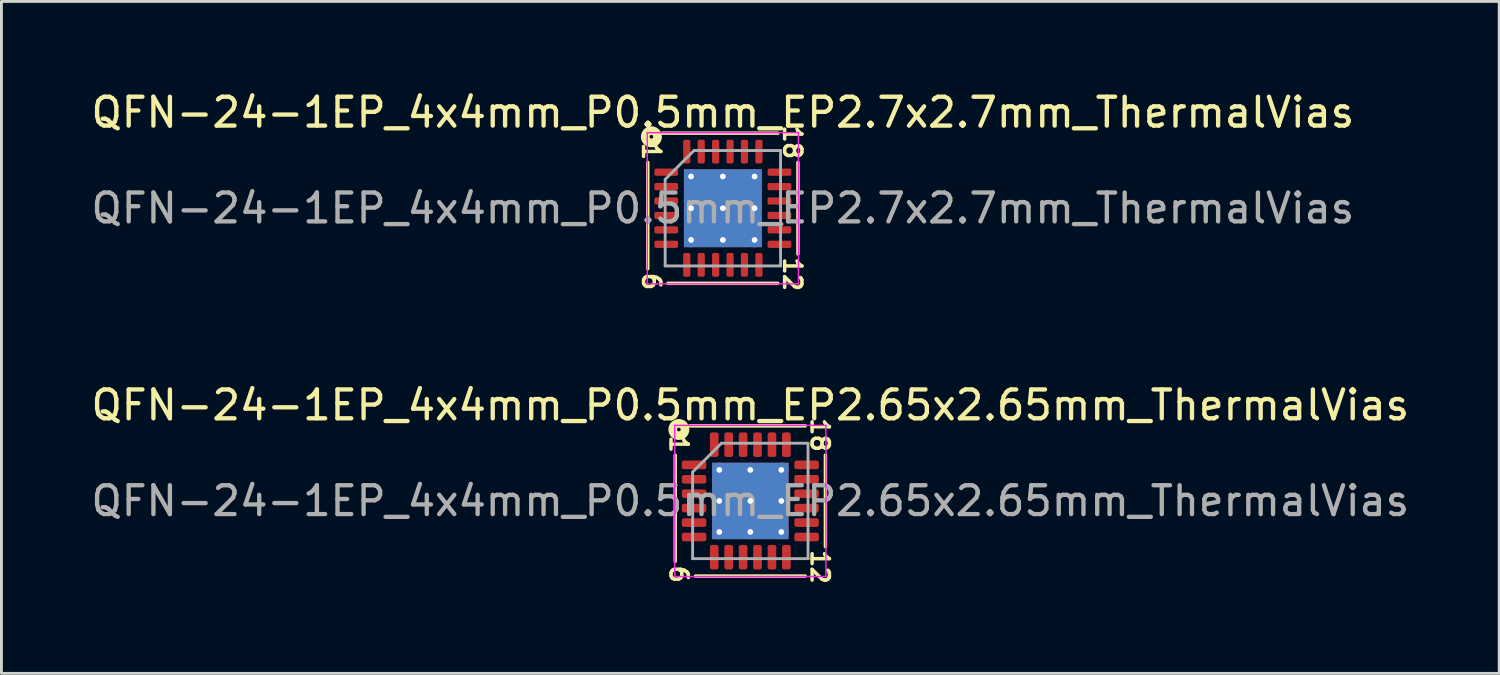
<source format=kicad_pcb>
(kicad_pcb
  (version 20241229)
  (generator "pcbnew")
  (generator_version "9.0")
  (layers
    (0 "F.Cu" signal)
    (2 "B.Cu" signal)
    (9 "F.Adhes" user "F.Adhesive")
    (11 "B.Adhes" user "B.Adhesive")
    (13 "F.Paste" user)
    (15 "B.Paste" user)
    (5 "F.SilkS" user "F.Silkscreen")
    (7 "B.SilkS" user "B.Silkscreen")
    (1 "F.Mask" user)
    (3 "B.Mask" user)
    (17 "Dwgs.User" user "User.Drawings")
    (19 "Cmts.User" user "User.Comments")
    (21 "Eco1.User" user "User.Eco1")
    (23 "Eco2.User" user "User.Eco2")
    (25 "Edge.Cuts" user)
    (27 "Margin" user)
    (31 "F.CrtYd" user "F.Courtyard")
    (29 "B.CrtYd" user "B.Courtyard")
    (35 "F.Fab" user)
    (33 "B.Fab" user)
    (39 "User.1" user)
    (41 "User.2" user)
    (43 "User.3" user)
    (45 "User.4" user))
  (footprint "QFN-24-1EP_4x4mm_P0.5mm_EP2.7x2.7mm_ThermalVias"
    (layer "F.Cu")
    (at 22.006 4.168)
    (property "Reference" "QFN-24-1EP_4x4mm_P0.5mm_EP2.7x2.7mm_ThermalVias" (at 0 -3.32 0) (layer "F.SilkS") (effects (font (size 1 1) (thickness 0.15))))
    (attr smd)
    (fp_line (start -2.603 -1.587) (end -2.603 2.095) (stroke (width 0.12) (type solid)) (layer "F.SilkS"))
    (fp_line (start -1.905 2.603) (end 1.905 2.603) (stroke (width 0.12) (type solid)) (layer "F.SilkS"))
    (fp_line (start 1.905 -2.603) (end -2.095 -2.603) (stroke (width 0.12) (type solid)) (layer "F.SilkS"))
    (fp_line (start 2.603 1.587) (end 2.603 -1.587) (stroke (width 0.12) (type solid)) (layer "F.SilkS"))
    (fp_circle (center -2.477 -2.477) (end -2.413 -2.477) (stroke (width 0.3) (type solid)) (fill no) (layer "F.SilkS"))
    (fp_line (start -2.62 -2.62) (end -2.62 2.62) (stroke (width 0.05) (type solid)) (layer "F.CrtYd"))
    (fp_line (start -2.62 2.62) (end 2.62 2.62) (stroke (width 0.05) (type solid)) (layer "F.CrtYd"))
    (fp_line (start 2.62 -2.62) (end -2.62 -2.62) (stroke (width 0.05) (type solid)) (layer "F.CrtYd"))
    (fp_line (start 2.62 2.62) (end 2.62 -2.62) (stroke (width 0.05) (type solid)) (layer "F.CrtYd"))
    (fp_line (start -2 -1) (end -1 -2) (stroke (width 0.1) (type solid)) (layer "F.Fab"))
    (fp_line (start -2 2) (end -2 -1) (stroke (width 0.1) (type solid)) (layer "F.Fab"))
    (fp_line (start -1 -2) (end 2 -2) (stroke (width 0.1) (type solid)) (layer "F.Fab"))
    (fp_line (start 2 -2) (end 2 2) (stroke (width 0.1) (type solid)) (layer "F.Fab"))
    (fp_line (start 2 2) (end -2 2) (stroke (width 0.1) (type solid)) (layer "F.Fab"))
    (fp_text user "12" (at 2.413 2.286 270) (unlocked yes) (layer "F.SilkS") (effects (font (size 0.6 0.6) (thickness 0.12))))
    (fp_text user "18" (at 2.413 -2.286 270) (unlocked yes) (layer "F.SilkS") (effects (font (size 0.6 0.6) (thickness 0.12))))
    (fp_text user "1" (at -2.477 -1.968 270) (unlocked yes) (layer "F.SilkS") (effects (font (size 0.6 0.6) (thickness 0.12))))
    (fp_text user "6" (at -2.477 2.54 270) (unlocked yes) (layer "F.SilkS") (effects (font (size 0.6 0.6) (thickness 0.12))))
    (fp_text user "${REFERENCE}" (at 0 0 0) (layer "F.Fab") (effects (font (size 1 1) (thickness 0.15))))
    (pad "" smd roundrect (at -0.675 -0.675) (size 1.17 1.17) (layers "F.Paste") (roundrect_rratio 0.214))
    (pad "" smd roundrect (at -0.675 0.675) (size 1.17 1.17) (layers "F.Paste") (roundrect_rratio 0.214))
    (pad "" smd roundrect (at 0.675 -0.675) (size 1.17 1.17) (layers "F.Paste") (roundrect_rratio 0.214))
    (pad "" smd roundrect (at 0.675 0.675) (size 1.17 1.17) (layers "F.Paste") (roundrect_rratio 0.214))
    (pad "1" smd roundrect (at -1.962 -1.25) (size 0.825 0.25) (layers "F.Cu" "F.Mask" "F.Paste") (roundrect_rratio 0.25))
    (pad "2" smd roundrect (at -1.962 -0.75) (size 0.825 0.25) (layers "F.Cu" "F.Mask" "F.Paste") (roundrect_rratio 0.25))
    (pad "3" smd roundrect (at -1.962 -0.25) (size 0.825 0.25) (layers "F.Cu" "F.Mask" "F.Paste") (roundrect_rratio 0.25))
    (pad "4" smd roundrect (at -1.962 0.25) (size 0.825 0.25) (layers "F.Cu" "F.Mask" "F.Paste") (roundrect_rratio 0.25))
    (pad "5" smd roundrect (at -1.962 0.75) (size 0.825 0.25) (layers "F.Cu" "F.Mask" "F.Paste") (roundrect_rratio 0.25))
    (pad "6" smd roundrect (at -1.962 1.25) (size 0.825 0.25) (layers "F.Cu" "F.Mask" "F.Paste") (roundrect_rratio 0.25))
    (pad "7" smd roundrect (at -1.25 1.962) (size 0.25 0.825) (layers "F.Cu" "F.Mask" "F.Paste") (roundrect_rratio 0.25))
    (pad "8" smd roundrect (at -0.75 1.962) (size 0.25 0.825) (layers "F.Cu" "F.Mask" "F.Paste") (roundrect_rratio 0.25))
    (pad "9" smd roundrect (at -0.25 1.962) (size 0.25 0.825) (layers "F.Cu" "F.Mask" "F.Paste") (roundrect_rratio 0.25))
    (pad "10" smd roundrect (at 0.25 1.962) (size 0.25 0.825) (layers "F.Cu" "F.Mask" "F.Paste") (roundrect_rratio 0.25))
    (pad "11" smd roundrect (at 0.75 1.962) (size 0.25 0.825) (layers "F.Cu" "F.Mask" "F.Paste") (roundrect_rratio 0.25))
    (pad "12" smd roundrect (at 1.25 1.962) (size 0.25 0.825) (layers "F.Cu" "F.Mask" "F.Paste") (roundrect_rratio 0.25))
    (pad "13" smd roundrect (at 1.962 1.25) (size 0.825 0.25) (layers "F.Cu" "F.Mask" "F.Paste") (roundrect_rratio 0.25))
    (pad "14" smd roundrect (at 1.962 0.75) (size 0.825 0.25) (layers "F.Cu" "F.Mask" "F.Paste") (roundrect_rratio 0.25))
    (pad "15" smd roundrect (at 1.962 0.25) (size 0.825 0.25) (layers "F.Cu" "F.Mask" "F.Paste") (roundrect_rratio 0.25))
    (pad "16" smd roundrect (at 1.962 -0.25) (size 0.825 0.25) (layers "F.Cu" "F.Mask" "F.Paste") (roundrect_rratio 0.25))
    (pad "17" smd roundrect (at 1.962 -0.75) (size 0.825 0.25) (layers "F.Cu" "F.Mask" "F.Paste") (roundrect_rratio 0.25))
    (pad "18" smd roundrect (at 1.962 -1.25) (size 0.825 0.25) (layers "F.Cu" "F.Mask" "F.Paste") (roundrect_rratio 0.25))
    (pad "19" smd roundrect (at 1.25 -1.962) (size 0.25 0.825) (layers "F.Cu" "F.Mask" "F.Paste") (roundrect_rratio 0.25))
    (pad "20" smd roundrect (at 0.75 -1.962) (size 0.25 0.825) (layers "F.Cu" "F.Mask" "F.Paste") (roundrect_rratio 0.25))
    (pad "21" smd roundrect (at 0.25 -1.962) (size 0.25 0.825) (layers "F.Cu" "F.Mask" "F.Paste") (roundrect_rratio 0.25))
    (pad "22" smd roundrect (at -0.25 -1.962) (size 0.25 0.825) (layers "F.Cu" "F.Mask" "F.Paste") (roundrect_rratio 0.25))
    (pad "23" smd roundrect (at -0.75 -1.962) (size 0.25 0.825) (layers "F.Cu" "F.Mask" "F.Paste") (roundrect_rratio 0.25))
    (pad "24" smd roundrect (at -1.25 -1.962) (size 0.25 0.825) (layers "F.Cu" "F.Mask" "F.Paste") (roundrect_rratio 0.25))
    (pad "25" thru_hole circle (at -1.1 -1.1) (size 0.5 0.5) (drill 0.2) (layers "*.Cu"))
    (pad "25" thru_hole circle (at -1.1 0) (size 0.5 0.5) (drill 0.2) (layers "*.Cu"))
    (pad "25" thru_hole circle (at -1.1 1.1) (size 0.5 0.5) (drill 0.2) (layers "*.Cu"))
    (pad "25" thru_hole circle (at 0 -1.1) (size 0.5 0.5) (drill 0.2) (layers "*.Cu"))
    (pad "25" thru_hole circle (at 0 0) (size 0.5 0.5) (drill 0.2) (layers "*.Cu"))
    (pad "25" smd rect (at 0 0) (size 2.7 2.7) (layers "F.Cu" "F.Mask"))
    (pad "25" smd rect (at 0 0) (size 2.7 2.7) (layers "B.Cu" "B.Mask"))
    (pad "25" thru_hole circle (at 0 1.1) (size 0.5 0.5) (drill 0.2) (layers "*.Cu"))
    (pad "25" thru_hole circle (at 1.1 -1.1) (size 0.5 0.5) (drill 0.2) (layers "*.Cu"))
    (pad "25" thru_hole circle (at 1.1 0) (size 0.5 0.5) (drill 0.2) (layers "*.Cu"))
    (pad "25" thru_hole circle (at 1.1 1.1) (size 0.5 0.5) (drill 0.2) (layers "*.Cu")))
  (footprint "QFN-24-1EP_4x4mm_P0.5mm_EP2.65x2.65mm_ThermalVias"
    (layer "F.Cu")
    (at 22.958 14.314)
    (property "Reference" "QFN-24-1EP_4x4mm_P0.5mm_EP2.65x2.65mm_ThermalVias" (at 0 -3.32 0) (layer "F.SilkS") (effects (font (size 1 1) (thickness 0.15))))
    (attr smd)
    (fp_line (start -2.603 -1.587) (end -2.603 2.095) (stroke (width 0.12) (type solid)) (layer "F.SilkS"))
    (fp_line (start -1.905 2.603) (end 1.905 2.603) (stroke (width 0.12) (type solid)) (layer "F.SilkS"))
    (fp_line (start 1.905 -2.603) (end -2.095 -2.603) (stroke (width 0.12) (type solid)) (layer "F.SilkS"))
    (fp_line (start 2.603 1.587) (end 2.603 -1.587) (stroke (width 0.12) (type solid)) (layer "F.SilkS"))
    (fp_circle (center -2.477 -2.477) (end -2.413 -2.477) (stroke (width 0.3) (type solid)) (fill no) (layer "F.SilkS"))
    (fp_line (start -2.62 -2.62) (end -2.62 2.62) (stroke (width 0.05) (type solid)) (layer "F.CrtYd"))
    (fp_line (start -2.62 2.62) (end 2.62 2.62) (stroke (width 0.05) (type solid)) (layer "F.CrtYd"))
    (fp_line (start 2.62 -2.62) (end -2.62 -2.62) (stroke (width 0.05) (type solid)) (layer "F.CrtYd"))
    (fp_line (start 2.62 2.62) (end 2.62 -2.62) (stroke (width 0.05) (type solid)) (layer "F.CrtYd"))
    (fp_line (start -2 -1) (end -1 -2) (stroke (width 0.1) (type solid)) (layer "F.Fab"))
    (fp_line (start -2 2) (end -2 -1) (stroke (width 0.1) (type solid)) (layer "F.Fab"))
    (fp_line (start -1 -2) (end 2 -2) (stroke (width 0.1) (type solid)) (layer "F.Fab"))
    (fp_line (start 2 -2) (end 2 2) (stroke (width 0.1) (type solid)) (layer "F.Fab"))
    (fp_line (start 2 2) (end -2 2) (stroke (width 0.1) (type solid)) (layer "F.Fab"))
    (fp_text user "6" (at -2.477 2.54 270) (unlocked yes) (layer "F.SilkS") (effects (font (size 0.6 0.6) (thickness 0.12))))
    (fp_text user "18" (at 2.413 -2.286 270) (unlocked yes) (layer "F.SilkS") (effects (font (size 0.6 0.6) (thickness 0.12))))
    (fp_text user "1" (at -2.477 -1.968 270) (unlocked yes) (layer "F.SilkS") (effects (font (size 0.6 0.6) (thickness 0.12))))
    (fp_text user "12" (at 2.413 2.286 270) (unlocked yes) (layer "F.SilkS") (effects (font (size 0.6 0.6) (thickness 0.12))))
    (fp_text user "${REFERENCE}" (at 0 0 0) (layer "F.Fab") (effects (font (size 1 1) (thickness 0.15))))
    (pad "" smd roundrect (at -0.66 -0.66) (size 1.15 1.15) (layers "F.Paste") (roundrect_rratio 0.217))
    (pad "" smd roundrect (at -0.66 0.66) (size 1.15 1.15) (layers "F.Paste") (roundrect_rratio 0.217))
    (pad "" smd roundrect (at 0.66 -0.66) (size 1.15 1.15) (layers "F.Paste") (roundrect_rratio 0.217))
    (pad "" smd roundrect (at 0.66 0.66) (size 1.15 1.15) (layers "F.Paste") (roundrect_rratio 0.217))
    (pad "1" smd roundrect (at -1.95 -1.25) (size 0.85 0.3) (layers "F.Cu" "F.Mask" "F.Paste") (roundrect_rratio 0.25))
    (pad "2" smd roundrect (at -1.95 -0.75) (size 0.85 0.3) (layers "F.Cu" "F.Mask" "F.Paste") (roundrect_rratio 0.25))
    (pad "3" smd roundrect (at -1.95 -0.25) (size 0.85 0.3) (layers "F.Cu" "F.Mask" "F.Paste") (roundrect_rratio 0.25))
    (pad "4" smd roundrect (at -1.95 0.25) (size 0.85 0.3) (layers "F.Cu" "F.Mask" "F.Paste") (roundrect_rratio 0.25))
    (pad "5" smd roundrect (at -1.95 0.75) (size 0.85 0.3) (layers "F.Cu" "F.Mask" "F.Paste") (roundrect_rratio 0.25))
    (pad "6" smd roundrect (at -1.95 1.25) (size 0.85 0.3) (layers "F.Cu" "F.Mask" "F.Paste") (roundrect_rratio 0.25))
    (pad "7" smd roundrect (at -1.25 1.95) (size 0.3 0.85) (layers "F.Cu" "F.Mask" "F.Paste") (roundrect_rratio 0.25))
    (pad "8" smd roundrect (at -0.75 1.95) (size 0.3 0.85) (layers "F.Cu" "F.Mask" "F.Paste") (roundrect_rratio 0.25))
    (pad "9" smd roundrect (at -0.25 1.95) (size 0.3 0.85) (layers "F.Cu" "F.Mask" "F.Paste") (roundrect_rratio 0.25))
    (pad "10" smd roundrect (at 0.25 1.95) (size 0.3 0.85) (layers "F.Cu" "F.Mask" "F.Paste") (roundrect_rratio 0.25))
    (pad "11" smd roundrect (at 0.75 1.95) (size 0.3 0.85) (layers "F.Cu" "F.Mask" "F.Paste") (roundrect_rratio 0.25))
    (pad "12" smd roundrect (at 1.25 1.95) (size 0.3 0.85) (layers "F.Cu" "F.Mask" "F.Paste") (roundrect_rratio 0.25))
    (pad "13" smd roundrect (at 1.95 1.25) (size 0.85 0.3) (layers "F.Cu" "F.Mask" "F.Paste") (roundrect_rratio 0.25))
    (pad "14" smd roundrect (at 1.95 0.75) (size 0.85 0.3) (layers "F.Cu" "F.Mask" "F.Paste") (roundrect_rratio 0.25))
    (pad "15" smd roundrect (at 1.95 0.25) (size 0.85 0.3) (layers "F.Cu" "F.Mask" "F.Paste") (roundrect_rratio 0.25))
    (pad "16" smd roundrect (at 1.95 -0.25) (size 0.85 0.3) (layers "F.Cu" "F.Mask" "F.Paste") (roundrect_rratio 0.25))
    (pad "17" smd roundrect (at 1.95 -0.75) (size 0.85 0.3) (layers "F.Cu" "F.Mask" "F.Paste") (roundrect_rratio 0.25))
    (pad "18" smd roundrect (at 1.95 -1.25) (size 0.85 0.3) (layers "F.Cu" "F.Mask" "F.Paste") (roundrect_rratio 0.25))
    (pad "19" smd roundrect (at 1.25 -1.95) (size 0.3 0.85) (layers "F.Cu" "F.Mask" "F.Paste") (roundrect_rratio 0.25))
    (pad "20" smd roundrect (at 0.75 -1.95) (size 0.3 0.85) (layers "F.Cu" "F.Mask" "F.Paste") (roundrect_rratio 0.25))
    (pad "21" smd roundrect (at 0.25 -1.95) (size 0.3 0.85) (layers "F.Cu" "F.Mask" "F.Paste") (roundrect_rratio 0.25))
    (pad "22" smd roundrect (at -0.25 -1.95) (size 0.3 0.85) (layers "F.Cu" "F.Mask" "F.Paste") (roundrect_rratio 0.25))
    (pad "23" smd roundrect (at -0.75 -1.95) (size 0.3 0.85) (layers "F.Cu" "F.Mask" "F.Paste") (roundrect_rratio 0.25))
    (pad "24" smd roundrect (at -1.25 -1.95) (size 0.3 0.85) (layers "F.Cu" "F.Mask" "F.Paste") (roundrect_rratio 0.25))
    (pad "25" thru_hole circle (at -1.075 -1.075) (size 0.5 0.5) (drill 0.2) (layers "*.Cu"))
    (pad "25" thru_hole circle (at -1.075 0) (size 0.5 0.5) (drill 0.2) (layers "*.Cu"))
    (pad "25" thru_hole circle (at -1.075 1.075) (size 0.5 0.5) (drill 0.2) (layers "*.Cu"))
    (pad "25" thru_hole circle (at 0 -1.075) (size 0.5 0.5) (drill 0.2) (layers "*.Cu"))
    (pad "25" thru_hole circle (at 0 0) (size 0.5 0.5) (drill 0.2) (layers "*.Cu"))
    (pad "25" smd rect (at 0 0) (size 2.65 2.65) (layers "F.Cu" "F.Mask"))
    (pad "25" smd rect (at 0 0) (size 2.65 2.65) (layers "B.Cu" "B.Mask"))
    (pad "25" thru_hole circle (at 0 1.075) (size 0.5 0.5) (drill 0.2) (layers "*.Cu"))
    (pad "25" thru_hole circle (at 1.075 -1.075) (size 0.5 0.5) (drill 0.2) (layers "*.Cu"))
    (pad "25" thru_hole circle (at 1.075 0) (size 0.5 0.5) (drill 0.2) (layers "*.Cu"))
    (pad "25" thru_hole circle (at 1.075 1.075) (size 0.5 0.5) (drill 0.2) (layers "*.Cu")))
  (gr_rect
    (start -3 -3)
    (end 48.917 20.291)
    (stroke (width 0.1) (type default))
    (fill no)
    (layer "Edge.Cuts")))
</source>
